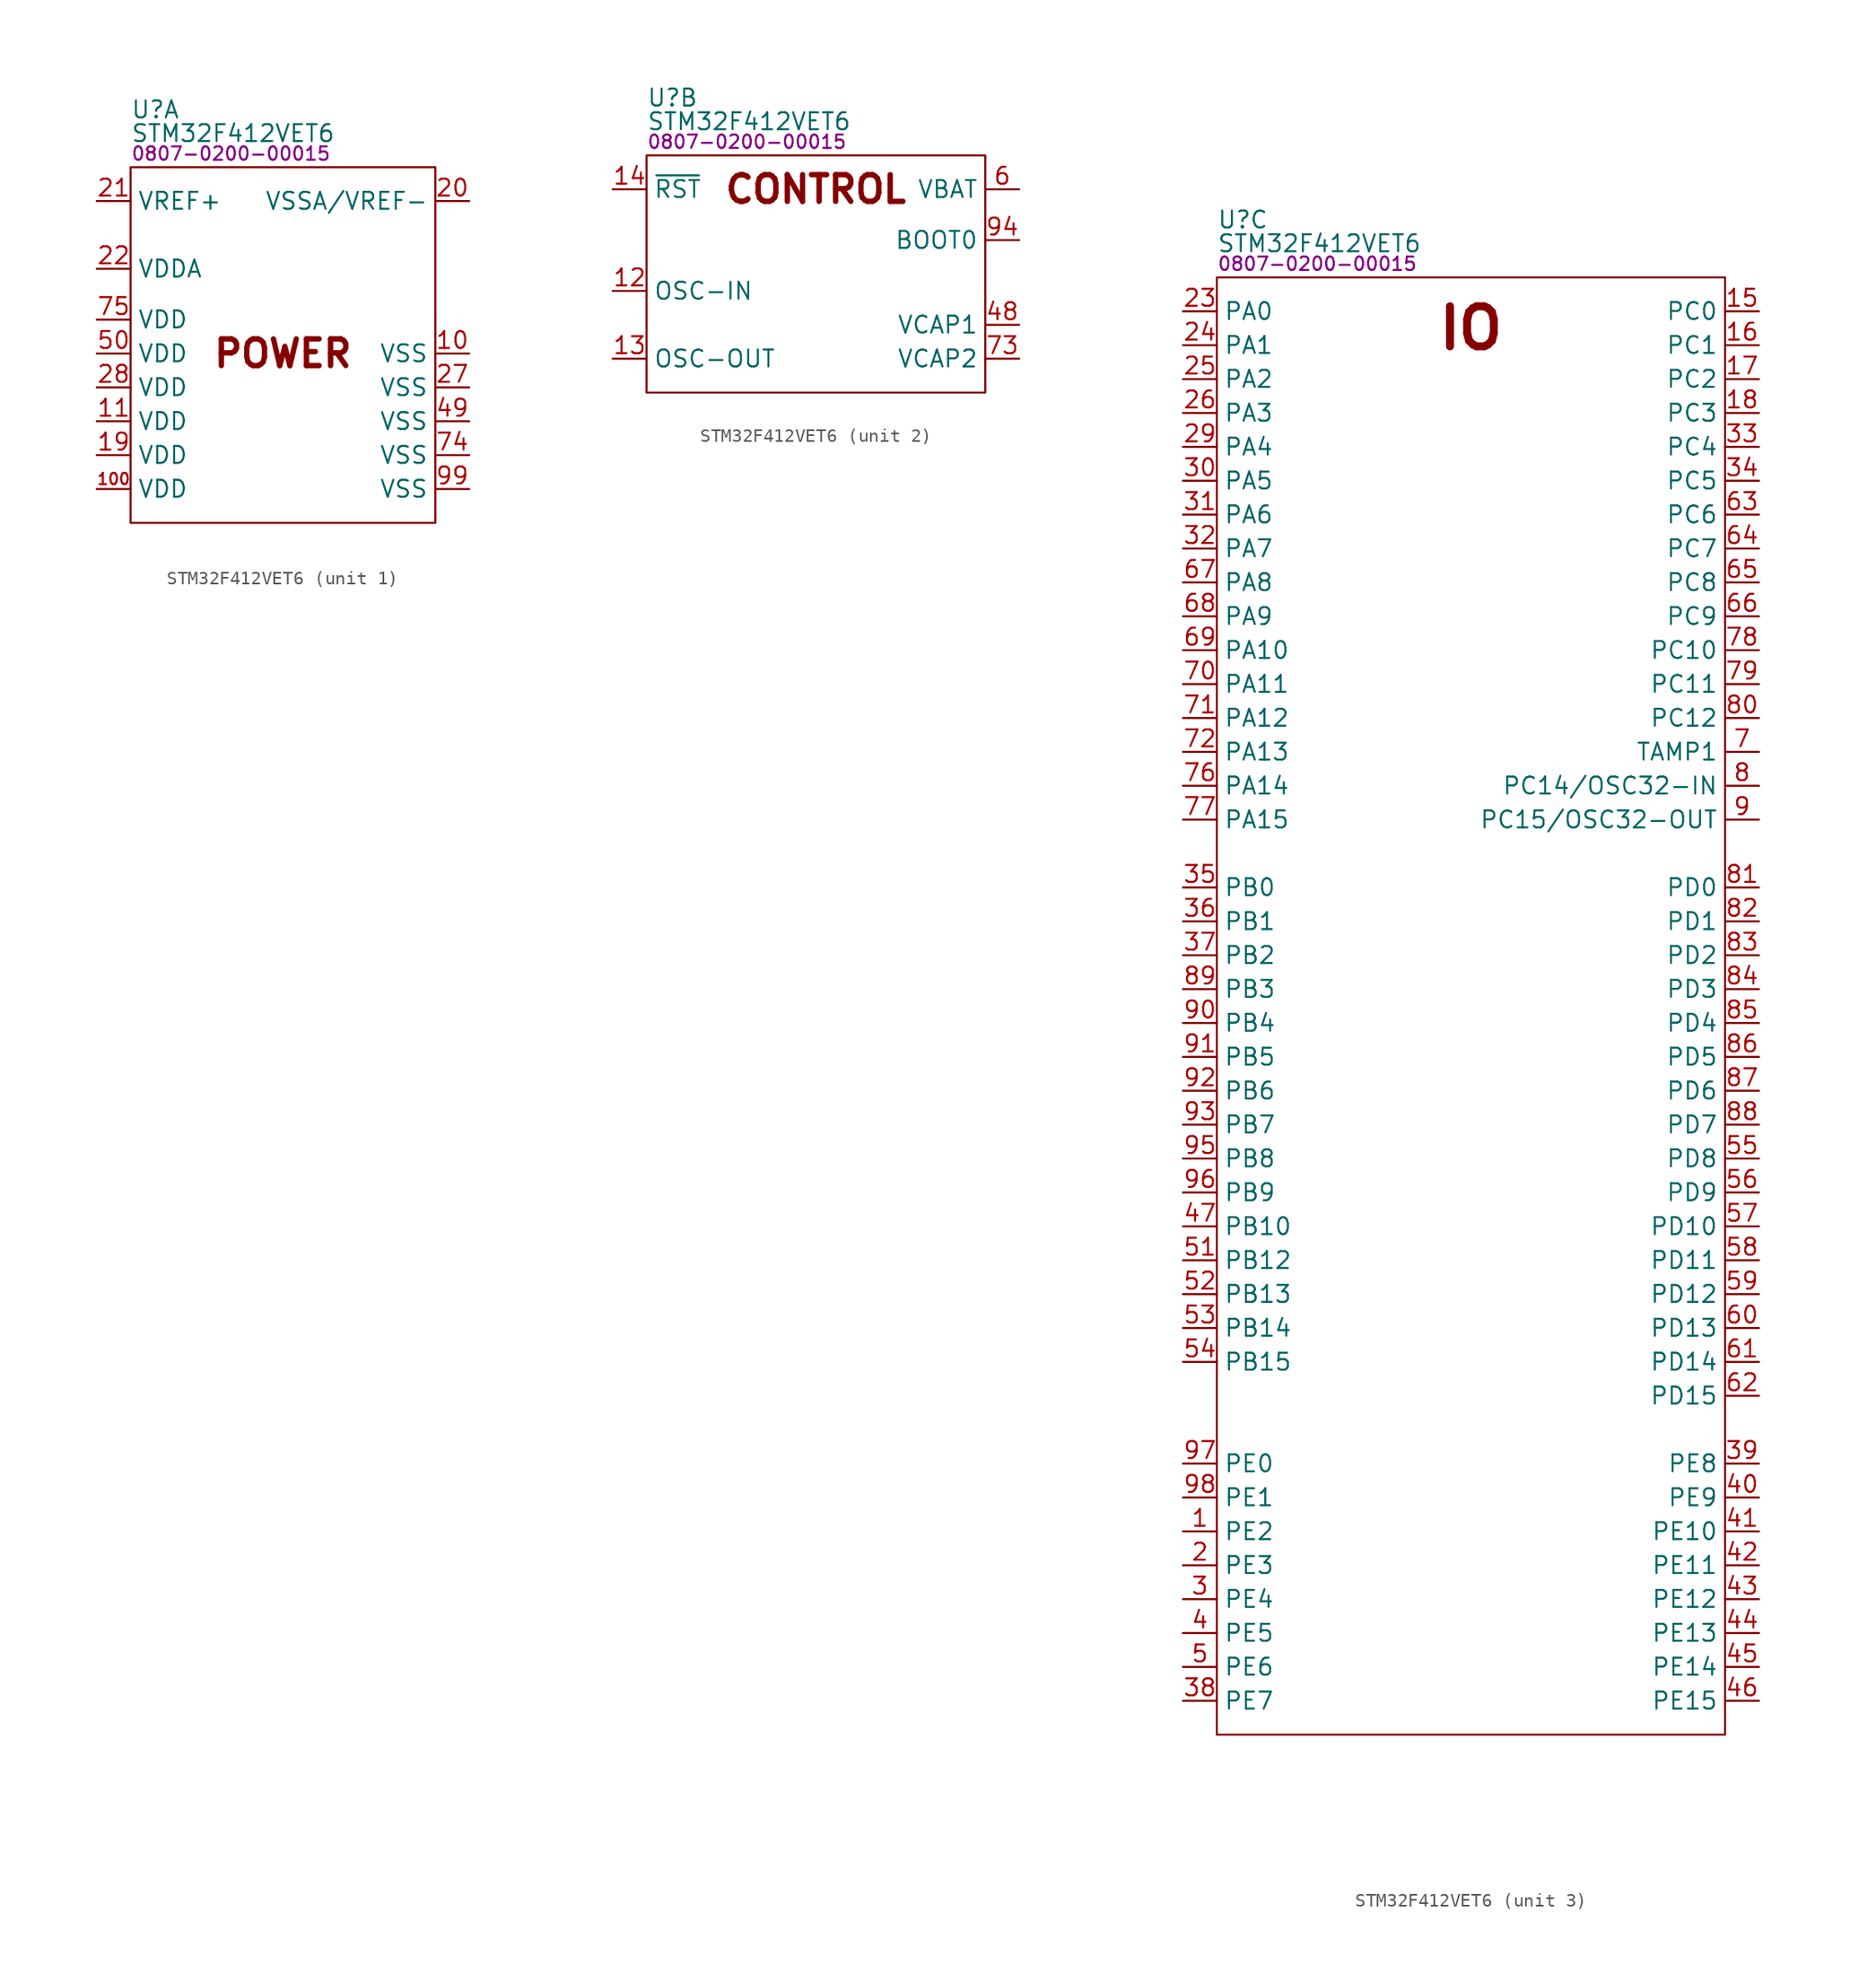
<source format=kicad_sym>
(kicad_symbol_lib
  (version 20231120)
  (generator "kicad_symbol_editor")
  (generator_version "8.0")
  (symbol "STM32F412VET6"
    (property "Reference" "U"
      (at 0 4.318 0)
      (effects (font (size 1.27 1.27)) (justify left)))
    (property "Value" "STM32F412VET6"
      (at 0 2.54 0)
      (effects (font (size 1.27 1.27)) (justify left)))
    (property "PartNumber" "0807-0200-00015"
      (at 0 1.016 0)
      (effects (font (size 1 1)) (justify left)))
    (symbol "STM32F412VET6_1_0"
      (text "POWER" (at 11.43 -13.97 0) (effects (font (size 2 2) (bold yes))))
      (pin power_in line (at 25.4 -13.97 180) (length 2.54) (name "VSS" (effects (font (size 1.27 1.27)))) (number "10" (effects (font (size 1.27 1.27)))))
      (pin power_in line (at -2.54 -24.13 0) (length 2.54) (name "VDD" (effects (font (size 1.27 1.27)))) (number "100" (effects (font (size 0.85 0.85)))))
      (pin power_in line (at -2.54 -19.05 0) (length 2.54) (name "VDD" (effects (font (size 1.27 1.27)))) (number "11" (effects (font (size 1.27 1.27)))))
      (pin power_in line (at -2.54 -21.59 0) (length 2.54) (name "VDD" (effects (font (size 1.27 1.27)))) (number "19" (effects (font (size 1.27 1.27)))))
      (pin input line (at 25.4 -2.54 180) (length 2.54) (name "VSSA/VREF-" (effects (font (size 1.27 1.27)))) (number "20" (effects (font (size 1.27 1.27)))))
      (pin input line (at -2.54 -2.54 0) (length 2.54) (name "VREF+" (effects (font (size 1.27 1.27)))) (number "21" (effects (font (size 1.27 1.27)))))
      (pin power_in line (at -2.54 -7.62 0) (length 2.54) (name "VDDA" (effects (font (size 1.27 1.27)))) (number "22" (effects (font (size 1.27 1.27)))))
      (pin power_in line (at 25.4 -16.51 180) (length 2.54) (name "VSS" (effects (font (size 1.27 1.27)))) (number "27" (effects (font (size 1.27 1.27)))))
      (pin power_in line (at -2.54 -16.51 0) (length 2.54) (name "VDD" (effects (font (size 1.27 1.27)))) (number "28" (effects (font (size 1.27 1.27)))))
      (pin power_in line (at 25.4 -19.05 180) (length 2.54) (name "VSS" (effects (font (size 1.27 1.27)))) (number "49" (effects (font (size 1.27 1.27)))))
      (pin power_in line (at -2.54 -13.97 0) (length 2.54) (name "VDD" (effects (font (size 1.27 1.27)))) (number "50" (effects (font (size 1.27 1.27)))))
      (pin power_in line (at 25.4 -21.59 180) (length 2.54) (name "VSS" (effects (font (size 1.27 1.27)))) (number "74" (effects (font (size 1.27 1.27)))))
      (pin power_in line (at -2.54 -11.43 0) (length 2.54) (name "VDD" (effects (font (size 1.27 1.27)))) (number "75" (effects (font (size 1.27 1.27)))))
      (pin power_in line (at 25.4 -24.13 180) (length 2.54) (name "VSS" (effects (font (size 1.27 1.27)))) (number "99" (effects (font (size 1.27 1.27))))))
    (symbol "STM32F412VET6_1_1"
      (rectangle (start 0 0) (end 22.86 -26.67) (stroke (width 0) (type default)) (fill (type none))))
    (symbol "STM32F412VET6_2_0"
      (text "CONTROL" (at 12.7 -2.54 0) (effects (font (size 2 2) (bold yes))))
      (pin input line (at -2.54 -10.16 0) (length 2.54) (name "OSC-IN" (effects (font (size 1.27 1.27)))) (number "12" (effects (font (size 1.27 1.27)))))
      (pin input line (at -2.54 -15.24 0) (length 2.54) (name "OSC-OUT" (effects (font (size 1.27 1.27)))) (number "13" (effects (font (size 1.27 1.27)))))
      (pin input line (at -2.54 -2.54 0) (length 2.54) (name "~{RST}" (effects (font (size 1.27 1.27)))) (number "14" (effects (font (size 1.27 1.27)))))
      (pin input line (at 27.94 -12.7 180) (length 2.54) (name "VCAP1" (effects (font (size 1.27 1.27)))) (number "48" (effects (font (size 1.27 1.27)))))
      (pin power_in line (at 27.94 -2.54 180) (length 2.54) (name "VBAT" (effects (font (size 1.27 1.27)))) (number "6" (effects (font (size 1.27 1.27)))))
      (pin input line (at 27.94 -15.24 180) (length 2.54) (name "VCAP2" (effects (font (size 1.27 1.27)))) (number "73" (effects (font (size 1.27 1.27)))))
      (pin input line (at 27.94 -6.35 180) (length 2.54) (name "BOOT0" (effects (font (size 1.27 1.27)))) (number "94" (effects (font (size 1.27 1.27))))))
    (symbol "STM32F412VET6_2_1"
      (rectangle (start 0 0) (end 25.4 -17.78) (stroke (width 0) (type default)) (fill (type none))))
    (symbol "STM32F412VET6_3_0"
      (text "IO" (at 19.05 -3.81 0) (effects (font (size 3 3) (bold yes))))
      (pin bidirectional line (at -2.54 -93.98 0) (length 2.54) (name "PE2" (effects (font (size 1.27 1.27)))) (number "1" (effects (font (size 1.27 1.27)))) (alternate "FSMC-A23" bidirectional line) (alternate "I2S4-CK" bidirectional line) (alternate "I2S5-CK" bidirectional line) (alternate "QSPI-BK1-IO2" bidirectional line) (alternate "SPI4-SCK" bidirectional line) (alternate "SPI5-SCK" bidirectional line) (alternate "TRACECLK" bidirectional line))
      (pin bidirectional line (at 40.64 -2.54 180) (length 2.54) (name "PC0" (effects (font (size 1.27 1.27)))) (number "15" (effects (font (size 1.27 1.27)))) (alternate "ADC-10" bidirectional line) (alternate "WKUP2" bidirectional line))
      (pin bidirectional line (at 40.64 -5.08 180) (length 2.54) (name "PC1" (effects (font (size 1.27 1.27)))) (number "16" (effects (font (size 1.27 1.27)))) (alternate "ADC-11" bidirectional line) (alternate "WKUP3" bidirectional line))
      (pin bidirectional line (at 40.64 -7.62 180) (length 2.54) (name "PC2" (effects (font (size 1.27 1.27)))) (number "17" (effects (font (size 1.27 1.27)))) (alternate "ADC-12" bidirectional line) (alternate "DFSDM1-CKOUT" bidirectional line) (alternate "FSMC-NWE" bidirectional line) (alternate "I2C2-SD" bidirectional line) (alternate "SPI2-CIPO" bidirectional line))
      (pin bidirectional line (at 40.64 -10.16 180) (length 2.54) (name "PC3" (effects (font (size 1.27 1.27)))) (number "18" (effects (font (size 1.27 1.27)))) (alternate "ADC-13" bidirectional line) (alternate "FSMC-A0" bidirectional line) (alternate "I2S-SD" bidirectional line) (alternate "SPI2-COPI" bidirectional line))
      (pin bidirectional line (at -2.54 -96.52 0) (length 2.54) (name "PE3" (effects (font (size 1.27 1.27)))) (number "2" (effects (font (size 1.27 1.27)))) (alternate "FSMC-A19" bidirectional line) (alternate "TRACED0" bidirectional line))
      (pin bidirectional line (at -2.54 -2.54 0) (length 2.54) (name "PA0" (effects (font (size 1.27 1.27)))) (number "23" (effects (font (size 1.27 1.27)))) (alternate "ADC-0" bidirectional line) (alternate "TIM2-CH1" bidirectional line) (alternate "TIM2-ETR" bidirectional line) (alternate "TIM5-CH1" bidirectional line) (alternate "TIM8-ETR" bidirectional line) (alternate "USART2-CTS" bidirectional line) (alternate "WKUP1" bidirectional line))
      (pin bidirectional line (at -2.54 -5.08 0) (length 2.54) (name "PA1" (effects (font (size 1.27 1.27)))) (number "24" (effects (font (size 1.27 1.27)))) (alternate "ADC-1" bidirectional line) (alternate "I2S4-SD" bidirectional line) (alternate "QSPI-BK1-IO3" bidirectional line) (alternate "SPI4-COPI" bidirectional line) (alternate "TIM2-CH2" bidirectional line) (alternate "TIM5-CH2" bidirectional line) (alternate "USART2-RTS" bidirectional line))
      (pin bidirectional line (at -2.54 -7.62 0) (length 2.54) (name "PA2" (effects (font (size 1.27 1.27)))) (number "25" (effects (font (size 1.27 1.27)))) (alternate " I2S2-CKIN" bidirectional line) (alternate "ADC-2" bidirectional line) (alternate "FSMC-D4" bidirectional line) (alternate "FSMC-DA4" bidirectional line) (alternate "TIM2-CH3" bidirectional line) (alternate "TIM5-CH3" bidirectional line) (alternate "TIM9-CH1" bidirectional line) (alternate "USART2-TX" bidirectional line))
      (pin bidirectional line (at -2.54 -10.16 0) (length 2.54) (name "PA3" (effects (font (size 1.27 1.27)))) (number "26" (effects (font (size 1.27 1.27)))) (alternate "ADC-3" bidirectional line) (alternate "FSMC-D5" bidirectional line) (alternate "FSMC-DA5" bidirectional line) (alternate "I2S2-MCK" bidirectional line) (alternate "TIM2-CH4" bidirectional line) (alternate "TIM5-CH4" bidirectional line) (alternate "TIM9-CH2" bidirectional line) (alternate "USART2-RX" bidirectional line))
      (pin bidirectional line (at -2.54 -12.7 0) (length 2.54) (name "PA4" (effects (font (size 1.27 1.27)))) (number "29" (effects (font (size 1.27 1.27)))) (alternate "ADC-4" bidirectional line) (alternate "DFSDM1-DATIN1" bidirectional line) (alternate "FSMC-D6" bidirectional line) (alternate "FSMC-DA6" bidirectional line) (alternate "I2S1-WS" bidirectional line) (alternate "I2S3-WS" bidirectional line) (alternate "SPI1-~{SS}" bidirectional line) (alternate "SPI3-~{SS}" bidirectional line) (alternate "USART2-CK" bidirectional line))
      (pin bidirectional line (at -2.54 -99.06 0) (length 2.54) (name "PE4" (effects (font (size 1.27 1.27)))) (number "3" (effects (font (size 1.27 1.27)))) (alternate "DFSDM1-DATIN3" bidirectional line) (alternate "FSMC-A20" bidirectional line) (alternate "I2S4-WS" bidirectional line) (alternate "I2S5-WS" bidirectional line) (alternate "SPI4-~{SS}" bidirectional line) (alternate "SPI5-~{SS}" bidirectional line) (alternate "TRACED1" bidirectional line))
      (pin bidirectional line (at -2.54 -15.24 0) (length 2.54) (name "PA5" (effects (font (size 1.27 1.27)))) (number "30" (effects (font (size 1.27 1.27)))) (alternate "ADC-5" bidirectional line) (alternate "DFSDM1-CKIN1" bidirectional line) (alternate "FSMC-D7" bidirectional line) (alternate "FSMC-DA7" bidirectional line) (alternate "I2S1-CK" bidirectional line) (alternate "SPI1-SCK" bidirectional line) (alternate "TIM2-CH1" bidirectional line) (alternate "TIM2-ETR" bidirectional line) (alternate "TIM8-~{CH1}" bidirectional line))
      (pin bidirectional line (at -2.54 -17.78 0) (length 2.54) (name "PA6" (effects (font (size 1.27 1.27)))) (number "31" (effects (font (size 1.27 1.27)))) (alternate "ADC-6" bidirectional line) (alternate "I2S2-MCK" bidirectional line) (alternate "QSPI-BK2-IO0" bidirectional line) (alternate "SDIO-CMD" bidirectional line) (alternate "SPI1-CIPO" bidirectional line) (alternate "TIM1-BKIN" bidirectional line) (alternate "TIM13-CH1" bidirectional line) (alternate "TIM3-CH1" bidirectional line) (alternate "TIM8-BKIN" bidirectional line))
      (pin bidirectional line (at -2.54 -20.32 0) (length 2.54) (name "PA7" (effects (font (size 1.27 1.27)))) (number "32" (effects (font (size 1.27 1.27)))) (alternate "ADC-7" bidirectional line) (alternate "I2S1-SD" bidirectional line) (alternate "QSPI-BK2-IO1" bidirectional line) (alternate "SPI1-COPI" bidirectional line) (alternate "TIM1-~{CH1}" bidirectional line) (alternate "TIM14-CH1" bidirectional line) (alternate "TIM3-CH2" bidirectional line) (alternate "TIM8-~{CH1}" bidirectional line))
      (pin bidirectional line (at 40.64 -12.7 180) (length 2.54) (name "PC4" (effects (font (size 1.27 1.27)))) (number "33" (effects (font (size 1.27 1.27)))) (alternate "ADC1-14" bidirectional line) (alternate "FSMC-~{E4}" bidirectional line) (alternate "I2S1-MCK" bidirectional line) (alternate "QSPI-BK2-IO2" bidirectional line))
      (pin bidirectional line (at 40.64 -15.24 180) (length 2.54) (name "PC5" (effects (font (size 1.27 1.27)))) (number "34" (effects (font (size 1.27 1.27)))) (alternate "ADC1-15" bidirectional line) (alternate "FSMC-~{OE}" bidirectional line) (alternate "I2CFMP1-SMBA" bidirectional line) (alternate "QSPI-BK2-IO3" bidirectional line) (alternate "USART3-RX" bidirectional line))
      (pin bidirectional line (at -2.54 -45.72 0) (length 2.54) (name "PB0" (effects (font (size 1.27 1.27)))) (number "35" (effects (font (size 1.27 1.27)))) (alternate "ADC-8" bidirectional line) (alternate "I2S5-CK" bidirectional line) (alternate "SPI5-SCK" bidirectional line) (alternate "TIM1-CH2-" bidirectional line) (alternate "TIM3-CH3" bidirectional line) (alternate "TIM8-CH2-" bidirectional line))
      (pin bidirectional line (at -2.54 -48.26 0) (length 2.54) (name "PB1" (effects (font (size 1.27 1.27)))) (number "36" (effects (font (size 1.27 1.27)))) (alternate "ADC-9" bidirectional line) (alternate "DFSDM1-DATIN0" bidirectional line) (alternate "I2S5-WS" bidirectional line) (alternate "QSPI-CLK" bidirectional line) (alternate "SPI5-~{SS}" bidirectional line) (alternate "TIM1-CH3-" bidirectional line) (alternate "TIM3-CH4" bidirectional line) (alternate "TIM8-CH3-" bidirectional line))
      (pin bidirectional line (at -2.54 -50.8 0) (length 2.54) (name "PB2" (effects (font (size 1.27 1.27)))) (number "37" (effects (font (size 1.27 1.27)))) (alternate "BOOT1" bidirectional line) (alternate "DFSDM1-CKIN0" bidirectional line) (alternate "QSPI-CLK" bidirectional line))
      (pin bidirectional line (at -2.54 -106.68 0) (length 2.54) (name "PE7" (effects (font (size 1.27 1.27)))) (number "38" (effects (font (size 1.27 1.27)))) (alternate "DFSDM1-DATIN2" bidirectional line) (alternate "FSMC-D4" bidirectional line) (alternate "FSMC-DA4" bidirectional line) (alternate "QSPI-BK2-IO0" bidirectional line) (alternate "TIM1-ETR" bidirectional line))
      (pin bidirectional line (at 40.64 -88.9 180) (length 2.54) (name "PE8" (effects (font (size 1.27 1.27)))) (number "39" (effects (font (size 1.27 1.27)))) (alternate "DFSDM1-CKIN2" bidirectional line) (alternate "FSMC-D5" bidirectional line) (alternate "FSMC-DA5" bidirectional line) (alternate "QSPI-BK2-IO1" bidirectional line) (alternate "TIM1-CH1-" bidirectional line))
      (pin bidirectional line (at -2.54 -101.6 0) (length 2.54) (name "PE5" (effects (font (size 1.27 1.27)))) (number "4" (effects (font (size 1.27 1.27)))) (alternate "DFSDM1-CKIN3" bidirectional line) (alternate "FSMC-A21" bidirectional line) (alternate "SPI4-CIPO" bidirectional line) (alternate "SPI5-CIPO" bidirectional line) (alternate "TIM9-CH1" bidirectional line) (alternate "TRACED2" bidirectional line))
      (pin bidirectional line (at 40.64 -91.44 180) (length 2.54) (name "PE9" (effects (font (size 1.27 1.27)))) (number "40" (effects (font (size 1.27 1.27)))) (alternate "DFSDM1-CKOUT" bidirectional line) (alternate "FSMC-D6" bidirectional line) (alternate "FSMC-DA6" bidirectional line) (alternate "QSPI-BK2-IO2" bidirectional line) (alternate "TIM1-CH1" bidirectional line))
      (pin bidirectional line (at 40.64 -93.98 180) (length 2.54) (name "PE10" (effects (font (size 1.27 1.27)))) (number "41" (effects (font (size 1.27 1.27)))) (alternate "FSMC-D7" bidirectional line) (alternate "FSMC-DA7" bidirectional line) (alternate "QSPI-BK2-IO3" bidirectional line) (alternate "TIM1-CH2-" bidirectional line))
      (pin bidirectional line (at 40.64 -96.52 180) (length 2.54) (name "PE11" (effects (font (size 1.27 1.27)))) (number "42" (effects (font (size 1.27 1.27)))) (alternate "FSMC-D8" bidirectional line) (alternate "FSMC-DA8" bidirectional line) (alternate "I2S4-WS" bidirectional line) (alternate "I2S5-WS" bidirectional line) (alternate "SPI4-~{SS}" bidirectional line) (alternate "SPI5-~{SS}" bidirectional line) (alternate "TIM1_CH2" bidirectional line))
      (pin bidirectional line (at 40.64 -99.06 180) (length 2.54) (name "PE12" (effects (font (size 1.27 1.27)))) (number "43" (effects (font (size 1.27 1.27)))) (alternate "FSMC-D9" bidirectional line) (alternate "FSMC-DA9" bidirectional line) (alternate "I2S4-CK" bidirectional line) (alternate "I2S5-CK" bidirectional line) (alternate "SPI4-SCK" bidirectional line) (alternate "SPI5-SCK" bidirectional line) (alternate "TIM1-CH3-" bidirectional line))
      (pin bidirectional line (at 40.64 -101.6 180) (length 2.54) (name "PE13" (effects (font (size 1.27 1.27)))) (number "44" (effects (font (size 1.27 1.27)))) (alternate "FSMC-D10" bidirectional line) (alternate "FSMC-DA10" bidirectional line) (alternate "SPI4-CIPO" bidirectional line) (alternate "SPI5-CIPO" bidirectional line) (alternate "TIM1-CH3" bidirectional line))
      (pin bidirectional line (at 40.64 -104.14 180) (length 2.54) (name "PE14" (effects (font (size 1.27 1.27)))) (number "45" (effects (font (size 1.27 1.27)))) (alternate "FSMC-D11" bidirectional line) (alternate "FSMC-DA11" bidirectional line) (alternate "I2S4-SD" bidirectional line) (alternate "I2S5-SD" bidirectional line) (alternate "SPI4-COPI" bidirectional line) (alternate "SPI5-COPI" bidirectional line) (alternate "TIM1-CH4" bidirectional line))
      (pin bidirectional line (at 40.64 -106.68 180) (length 2.54) (name "PE15" (effects (font (size 1.27 1.27)))) (number "46" (effects (font (size 1.27 1.27)))) (alternate "FSMC-D12" bidirectional line) (alternate "FSMC-DA12" bidirectional line) (alternate "TIM1-BKIN" bidirectional line))
      (pin bidirectional line (at -2.54 -71.12 0) (length 2.54) (name "PB10" (effects (font (size 1.27 1.27)))) (number "47" (effects (font (size 1.27 1.27)))) (alternate " I2C2-SCL" bidirectional line) (alternate "I2CFMP1-SCL" bidirectional line) (alternate "I2S2-CK" bidirectional line) (alternate "I2S3-MCK" bidirectional line) (alternate "SDIO-D7" bidirectional line) (alternate "SPI2-SCK" bidirectional line) (alternate "TIM2-CH3" bidirectional line) (alternate "USART3-TX" bidirectional line))
      (pin bidirectional line (at -2.54 -104.14 0) (length 2.54) (name "PE6" (effects (font (size 1.27 1.27)))) (number "5" (effects (font (size 1.27 1.27)))) (alternate "FSMC-A22" bidirectional line) (alternate "I2S4-SD" bidirectional line) (alternate "I2S5-SD" bidirectional line) (alternate "SPI4-COPI" bidirectional line) (alternate "SPI5-COPI" bidirectional line) (alternate "TIM9-CH2" bidirectional line) (alternate "TRACED3" bidirectional line))
      (pin bidirectional line (at -2.54 -73.66 0) (length 2.54) (name "PB12" (effects (font (size 1.27 1.27)))) (number "51" (effects (font (size 1.27 1.27)))) (alternate "CAN2-RX" bidirectional line) (alternate "DFSDM1-DATIN1" bidirectional line) (alternate "FSMC-D13" bidirectional line) (alternate "FSMC-DA13" bidirectional line) (alternate "I2C2-SMBA" bidirectional line) (alternate "I2S2-WS" bidirectional line) (alternate "I2S3-CK" bidirectional line) (alternate "I2S4-WS" bidirectional line) (alternate "SPI2-~{SS}" bidirectional line) (alternate "SPI3-SCK" bidirectional line) (alternate "SPI4-~{SS}" bidirectional line) (alternate "TIM1-BKIN" bidirectional line) (alternate "USART3-CK" bidirectional line))
      (pin bidirectional line (at -2.54 -76.2 0) (length 2.54) (name "PB13" (effects (font (size 1.27 1.27)))) (number "52" (effects (font (size 1.27 1.27)))) (alternate "CAN2-TX" bidirectional line) (alternate "DFSDM1-CKIN1" bidirectional line) (alternate "I2CFMP1-SMBA" bidirectional line) (alternate "I2S2-CK" bidirectional line) (alternate "I2S4-CK" bidirectional line) (alternate "SPI2-SCK" bidirectional line) (alternate "SPI4-SCK" bidirectional line) (alternate "TIM1-CH1-" bidirectional line) (alternate "USART3-CTS" bidirectional line))
      (pin bidirectional line (at -2.54 -78.74 0) (length 2.54) (name "PB14" (effects (font (size 1.27 1.27)))) (number "53" (effects (font (size 1.27 1.27)))) (alternate "DFSDM1-DATIN2" bidirectional line) (alternate "FSMC-D0" bidirectional line) (alternate "FSMC-DA0" bidirectional line) (alternate "I2CFMP1-SDA" bidirectional line) (alternate "I2S2ext-SD" bidirectional line) (alternate "SDIO-D6" bidirectional line) (alternate "SPI2-MISO" bidirectional line) (alternate "TIM1-CH2-" bidirectional line) (alternate "TIM12-CH1" bidirectional line) (alternate "TIM8-CH2-" bidirectional line) (alternate "USART3-RTS" bidirectional line))
      (pin bidirectional line (at -2.54 -81.28 0) (length 2.54) (name "PB15" (effects (font (size 1.27 1.27)))) (number "54" (effects (font (size 1.27 1.27)))) (alternate "DFSDM1-CKIN2" bidirectional line) (alternate "I2CFMP1-SCL" bidirectional line) (alternate "I2S2-SD" bidirectional line) (alternate "RTC-50Hz" bidirectional line) (alternate "SDIO-CK" bidirectional line) (alternate "SPI2-COPI" bidirectional line) (alternate "TIM1-CH3-" bidirectional line) (alternate "TIM12-CH2" bidirectional line) (alternate "TIM8-CH3-" bidirectional line))
      (pin bidirectional line (at 40.64 -66.04 180) (length 2.54) (name "PD8" (effects (font (size 1.27 1.27)))) (number "55" (effects (font (size 1.27 1.27)))) (alternate "FSMC-D13" bidirectional line) (alternate "FSMC-DA13" bidirectional line) (alternate "USART3-TX" bidirectional line))
      (pin bidirectional line (at 40.64 -68.58 180) (length 2.54) (name "PD9" (effects (font (size 1.27 1.27)))) (number "56" (effects (font (size 1.27 1.27)))) (alternate "FSMC-D14" bidirectional line) (alternate "FSMC-DA14" bidirectional line) (alternate "USART3-RX" bidirectional line))
      (pin bidirectional line (at 40.64 -71.12 180) (length 2.54) (name "PD10" (effects (font (size 1.27 1.27)))) (number "57" (effects (font (size 1.27 1.27)))) (alternate "FSMC-D15" bidirectional line) (alternate "FSMC-DA1" bidirectional line) (alternate "USART3-CK" bidirectional line))
      (pin bidirectional line (at 40.64 -73.66 180) (length 2.54) (name "PD11" (effects (font (size 1.27 1.27)))) (number "58" (effects (font (size 1.27 1.27)))) (alternate "FSMC-A16" bidirectional line) (alternate "I2CFMP1-SMBA" bidirectional line) (alternate "QSPI-BK1-IO0" bidirectional line) (alternate "USART3-CTS" bidirectional line))
      (pin bidirectional line (at 40.64 -76.2 180) (length 2.54) (name "PD12" (effects (font (size 1.27 1.27)))) (number "59" (effects (font (size 1.27 1.27)))) (alternate "FSMC-A17" bidirectional line) (alternate "I2CFMP1-SCL" bidirectional line) (alternate "QSPI-BK1-IO1" bidirectional line) (alternate "TIM4-CH1" bidirectional line) (alternate "USART3-RTS" bidirectional line))
      (pin bidirectional line (at 40.64 -78.74 180) (length 2.54) (name "PD13" (effects (font (size 1.27 1.27)))) (number "60" (effects (font (size 1.27 1.27)))) (alternate "FSMC-A18" bidirectional line) (alternate "I2CFMP1-SDA" bidirectional line) (alternate "QSPI-BK1-IO3" bidirectional line) (alternate "TIM4-CH2" bidirectional line))
      (pin bidirectional line (at 40.64 -81.28 180) (length 2.54) (name "PD14" (effects (font (size 1.27 1.27)))) (number "61" (effects (font (size 1.27 1.27)))) (alternate "FSMC-D0" bidirectional line) (alternate "FSMC-DA0" bidirectional line) (alternate "I2CFMP1-SCL" bidirectional line) (alternate "TIM4-CH3" bidirectional line))
      (pin bidirectional line (at 40.64 -83.82 180) (length 2.54) (name "PD15" (effects (font (size 1.27 1.27)))) (number "62" (effects (font (size 1.27 1.27)))) (alternate "FSMC-D1" bidirectional line) (alternate "FSMC-DA1" bidirectional line) (alternate "I2CFMP1-SDA" bidirectional line) (alternate "TIM4-CH4" bidirectional line))
      (pin bidirectional line (at 40.64 -17.78 180) (length 2.54) (name "PC6" (effects (font (size 1.27 1.27)))) (number "63" (effects (font (size 1.27 1.27)))) (alternate "DFSDM1-CKIN3," bidirectional line) (alternate "FSMC-D1" bidirectional line) (alternate "FSMC-DA1" bidirectional line) (alternate "I2CFMP1-SCL" bidirectional line) (alternate "I2S2-MCK" bidirectional line) (alternate "SDIO-D6" bidirectional line) (alternate "TIM3-CH1" bidirectional line) (alternate "TIM8-CH1" bidirectional line) (alternate "USART6-TX" bidirectional line))
      (pin bidirectional line (at 40.64 -20.32 180) (length 2.54) (name "PC7" (effects (font (size 1.27 1.27)))) (number "64" (effects (font (size 1.27 1.27)))) (alternate "DFSDM1-DATIN3" bidirectional line) (alternate "I2CFMP1-SDA" bidirectional line) (alternate "I2S2-CK" bidirectional line) (alternate "I2S3-MCK" bidirectional line) (alternate "SDIO-D7" bidirectional line) (alternate "SPI2-SCK" bidirectional line) (alternate "TIM3-CH2" bidirectional line) (alternate "TIM8-CH2" bidirectional line) (alternate "USART6-RX" bidirectional line))
      (pin bidirectional line (at 40.64 -22.86 180) (length 2.54) (name "PC8" (effects (font (size 1.27 1.27)))) (number "65" (effects (font (size 1.27 1.27)))) (alternate "QSPI-BK1-IO2" bidirectional line) (alternate "SDIO-D0" bidirectional line) (alternate "TIM3-CH3" bidirectional line) (alternate "TIM8-CH3" bidirectional line) (alternate "USART6-CK" bidirectional line))
      (pin bidirectional line (at 40.64 -25.4 180) (length 2.54) (name "PC9" (effects (font (size 1.27 1.27)))) (number "66" (effects (font (size 1.27 1.27)))) (alternate " I2C3-SDA" bidirectional line) (alternate "I2S2-CKIN" bidirectional line) (alternate "MCO2" bidirectional line) (alternate "QSPI-BK1-IO0" bidirectional line) (alternate "SDIO-D1" bidirectional line) (alternate "TIM3-CH4" bidirectional line) (alternate "TIM8-CH4" bidirectional line))
      (pin bidirectional line (at -2.54 -22.86 0) (length 2.54) (name "PA8" (effects (font (size 1.27 1.27)))) (number "67" (effects (font (size 1.27 1.27)))) (alternate "I2C3-SCL" bidirectional line) (alternate "MCO1" bidirectional line) (alternate "SDIO-D1" bidirectional line) (alternate "TIM1-CH1" bidirectional line) (alternate "USART1-CK" bidirectional line) (alternate "USB-FS-SOF" bidirectional line))
      (pin bidirectional line (at -2.54 -25.4 0) (length 2.54) (name "PA9" (effects (font (size 1.27 1.27)))) (number "68" (effects (font (size 1.27 1.27)))) (alternate "I2C3-SMBA" bidirectional line) (alternate "SDIO-D2" bidirectional line) (alternate "TIM1-CH2" bidirectional line) (alternate "USART1-TX" bidirectional line) (alternate "USB-FS-VBUS" bidirectional line))
      (pin bidirectional line (at -2.54 -27.94 0) (length 2.54) (name "PA10" (effects (font (size 1.27 1.27)))) (number "69" (effects (font (size 1.27 1.27)))) (alternate "I2S5-SD" bidirectional line) (alternate "SPI5-COPI" bidirectional line) (alternate "TIM1-CH3" bidirectional line) (alternate "USART1-RX" bidirectional line) (alternate "USB-FS-ID" bidirectional line))
      (pin output line (at 40.64 -35.56 180) (length 2.54) (name "TAMP1" (effects (font (size 1.27 1.27)))) (number "7" (effects (font (size 1.27 1.27)))) (alternate "PC13" bidirectional line))
      (pin bidirectional line (at -2.54 -30.48 0) (length 2.54) (name "PA11" (effects (font (size 1.27 1.27)))) (number "70" (effects (font (size 1.27 1.27)))) (alternate "CAN1-RX" bidirectional line) (alternate "SPI4-CIPO" bidirectional line) (alternate "TIM1-CH4" bidirectional line) (alternate "USART1-CTS" bidirectional line) (alternate "USART6-TX" bidirectional line) (alternate "USB-FS-D-" bidirectional line))
      (pin bidirectional line (at -2.54 -33.02 0) (length 2.54) (name "PA12" (effects (font (size 1.27 1.27)))) (number "71" (effects (font (size 1.27 1.27)))) (alternate "CAN1-TX" bidirectional line) (alternate "SPI5-CIPO" bidirectional line) (alternate "TIM1-ETR" bidirectional line) (alternate "USART1-RTS" bidirectional line) (alternate "USART6-RX" bidirectional line) (alternate "USB-FS-D+" bidirectional line))
      (pin bidirectional line (at -2.54 -35.56 0) (length 2.54) (name "PA13" (effects (font (size 1.27 1.27)))) (number "72" (effects (font (size 1.27 1.27)))) (alternate "JTMS" bidirectional line) (alternate "JTMS-SWDIO" bidirectional line) (alternate "SWDIO" bidirectional line))
      (pin bidirectional line (at -2.54 -38.1 0) (length 2.54) (name "PA14" (effects (font (size 1.27 1.27)))) (number "76" (effects (font (size 1.27 1.27)))) (alternate "JTCK" bidirectional line) (alternate "JTCK-SWCLK" bidirectional line) (alternate "SWCLK" bidirectional line))
      (pin bidirectional line (at -2.54 -40.64 0) (length 2.54) (name "PA15" (effects (font (size 1.27 1.27)))) (number "77" (effects (font (size 1.27 1.27)))) (alternate "I2S1-WS" bidirectional line) (alternate "I2S3-WS" bidirectional line) (alternate "JTDI" bidirectional line) (alternate "SPI1-~{SS}" bidirectional line) (alternate "SPI3-~{SS}" bidirectional line) (alternate "TIM2-CH1" bidirectional line) (alternate "TIM2-ETR" bidirectional line) (alternate "USART1-TX" bidirectional line))
      (pin bidirectional line (at 40.64 -27.94 180) (length 2.54) (name "PC10" (effects (font (size 1.27 1.27)))) (number "78" (effects (font (size 1.27 1.27)))) (alternate "I2S3-CK" bidirectional line) (alternate "QSPI-BK1-IO1" bidirectional line) (alternate "SDIO-D2" bidirectional line) (alternate "SPI3-SCK" bidirectional line) (alternate "USART3-TX" bidirectional line))
      (pin bidirectional line (at 40.64 -30.48 180) (length 2.54) (name "PC11" (effects (font (size 1.27 1.27)))) (number "79" (effects (font (size 1.27 1.27)))) (alternate "FSMC-D2" bidirectional line) (alternate "FSMC-DA2" bidirectional line) (alternate "I2S3ext-SD" bidirectional line) (alternate "QSPI-BK2-~{CS}" bidirectional line) (alternate "SDIO-D3" bidirectional line) (alternate "SPI3-CIPO" bidirectional line) (alternate "USART3-RX" bidirectional line))
      (pin bidirectional line (at 40.64 -38.1 180) (length 2.54) (name "PC14/OSC32-IN" (effects (font (size 1.27 1.27)))) (number "8" (effects (font (size 1.27 1.27)))) (alternate "OSC32-IN" input line) (alternate "PC14" bidirectional line))
      (pin bidirectional line (at 40.64 -33.02 180) (length 2.54) (name "PC12" (effects (font (size 1.27 1.27)))) (number "80" (effects (font (size 1.27 1.27)))) (alternate "FSMC-D3" bidirectional line) (alternate "FSMC-DA3" bidirectional line) (alternate "I2S3-SD" bidirectional line) (alternate "SDIO-CK" bidirectional line) (alternate "SPI3-COPI" bidirectional line) (alternate "USART3-CK" bidirectional line))
      (pin bidirectional line (at 40.64 -45.72 180) (length 2.54) (name "PD0" (effects (font (size 1.27 1.27)))) (number "81" (effects (font (size 1.27 1.27)))) (alternate "CAN1-RX" bidirectional line) (alternate "FSMC-D2" bidirectional line) (alternate "FSMC-DA2" bidirectional line))
      (pin bidirectional line (at 40.64 -48.26 180) (length 2.54) (name "PD1" (effects (font (size 1.27 1.27)))) (number "82" (effects (font (size 1.27 1.27)))) (alternate "CAN1-TX" bidirectional line) (alternate "FSMC-D3" bidirectional line) (alternate "FSMC-DA3" bidirectional line))
      (pin bidirectional line (at 40.64 -50.8 180) (length 2.54) (name "PD2" (effects (font (size 1.27 1.27)))) (number "83" (effects (font (size 1.27 1.27)))) (alternate "FSMC-~{WE}" bidirectional line) (alternate "SDIO-CMD" bidirectional line) (alternate "TIM3-ETR" bidirectional line))
      (pin bidirectional line (at 40.64 -53.34 180) (length 2.54) (name "PD3" (effects (font (size 1.27 1.27)))) (number "84" (effects (font (size 1.27 1.27)))) (alternate "DFSDM1-DATIN0" bidirectional line) (alternate "FSMC-CLK" bidirectional line) (alternate "I2S2-CK" bidirectional line) (alternate "QSPI-CLK" bidirectional line) (alternate "SPI2-SCK" bidirectional line) (alternate "TRACED1" bidirectional line) (alternate "USART2-CTS" bidirectional line))
      (pin bidirectional line (at 40.64 -55.88 180) (length 2.54) (name "PD4" (effects (font (size 1.27 1.27)))) (number "85" (effects (font (size 1.27 1.27)))) (alternate "DFSDM1-CKIN0" bidirectional line) (alternate "FSMC-~{OE}" bidirectional line) (alternate "USART2-RTS" bidirectional line))
      (pin bidirectional line (at 40.64 -58.42 180) (length 2.54) (name "PD5" (effects (font (size 1.27 1.27)))) (number "86" (effects (font (size 1.27 1.27)))) (alternate "FSMC-~{WE}" bidirectional line) (alternate "USART2-TX" bidirectional line))
      (pin bidirectional line (at 40.64 -60.96 180) (length 2.54) (name "PD6" (effects (font (size 1.27 1.27)))) (number "87" (effects (font (size 1.27 1.27)))) (alternate "DFSDM1-DATIN1" bidirectional line) (alternate "FSMC-~{WAIT}" bidirectional line) (alternate "I2S3-SD" bidirectional line) (alternate "SPI3-COPI" bidirectional line) (alternate "USART2-RX" bidirectional line))
      (pin bidirectional line (at 40.64 -63.5 180) (length 2.54) (name "PD7" (effects (font (size 1.27 1.27)))) (number "88" (effects (font (size 1.27 1.27)))) (alternate "DFSDM1-CKIN1" bidirectional line) (alternate "FSMC-~{E1}" bidirectional line) (alternate "USART2-CK" bidirectional line))
      (pin bidirectional line (at -2.54 -53.34 0) (length 2.54) (name "PB3" (effects (font (size 1.27 1.27)))) (number "89" (effects (font (size 1.27 1.27)))) (alternate "I2C2-SDA" bidirectional line) (alternate "I2CFMP1-SDA" bidirectional line) (alternate "I2S1-CK" bidirectional line) (alternate "I2S3-CK" bidirectional line) (alternate "JTDO" bidirectional line) (alternate "JTDO-SWO" bidirectional line) (alternate "SPI1-SCK" bidirectional line) (alternate "SPI3-SCK" bidirectional line) (alternate "SWO" bidirectional line) (alternate "TIM2-CH2" bidirectional line) (alternate "USART1-RX" bidirectional line))
      (pin bidirectional line (at 40.64 -40.64 180) (length 2.54) (name "PC15/OSC32-OUT" (effects (font (size 1.27 1.27)))) (number "9" (effects (font (size 1.27 1.27)))) (alternate "OSC32-OUT" input line) (alternate "PC15" bidirectional line))
      (pin bidirectional line (at -2.54 -55.88 0) (length 2.54) (name "PB4" (effects (font (size 1.27 1.27)))) (number "90" (effects (font (size 1.27 1.27)))) (alternate "I2C3-SDA" bidirectional line) (alternate "I2S3ext-SD" bidirectional line) (alternate "JTRST" bidirectional line) (alternate "SDIO-D0" bidirectional line) (alternate "SPI1-CIPO" bidirectional line) (alternate "SPI3-CIPO" bidirectional line) (alternate "TIM3-CH1" bidirectional line))
      (pin bidirectional line (at -2.54 -58.42 0) (length 2.54) (name "PB5" (effects (font (size 1.27 1.27)))) (number "91" (effects (font (size 1.27 1.27)))) (alternate "CAN2-RX" bidirectional line) (alternate "I2C1-SMBA" bidirectional line) (alternate "I2S1-SD" bidirectional line) (alternate "I2S3-SD" bidirectional line) (alternate "SDIO-D3" bidirectional line) (alternate "SPI1-COPI" bidirectional line) (alternate "SPI3-COPI" bidirectional line) (alternate "TIM3-CH2" bidirectional line))
      (pin bidirectional line (at -2.54 -60.96 0) (length 2.54) (name "PB6" (effects (font (size 1.27 1.27)))) (number "92" (effects (font (size 1.27 1.27)))) (alternate "CAN2-TX" bidirectional line) (alternate "I2C1-SCL" bidirectional line) (alternate "QSPI-BK1-~{CS}" bidirectional line) (alternate "SDIO-D0" bidirectional line) (alternate "TIM4-CH1" bidirectional line) (alternate "USART1-TX" bidirectional line))
      (pin bidirectional line (at -2.54 -63.5 0) (length 2.54) (name "PB7" (effects (font (size 1.27 1.27)))) (number "93" (effects (font (size 1.27 1.27)))) (alternate "FSMC-~{L}" bidirectional line) (alternate "I2C1-SDA" bidirectional line) (alternate "TIM4-CH2" bidirectional line) (alternate "USART1-RX" bidirectional line))
      (pin bidirectional line (at -2.54 -66.04 0) (length 2.54) (name "PB8" (effects (font (size 1.27 1.27)))) (number "95" (effects (font (size 1.27 1.27)))) (alternate "CAN1-RX" bidirectional line) (alternate "I2C1-SCL" bidirectional line) (alternate "I2C3-SDA" bidirectional line) (alternate "I2S5-SD" bidirectional line) (alternate "SDIO-D4" bidirectional line) (alternate "SPI5-COPI" bidirectional line) (alternate "TIM10-CH1" bidirectional line) (alternate "TIM4-CH3" bidirectional line))
      (pin bidirectional line (at -2.54 -68.58 0) (length 2.54) (name "PB9" (effects (font (size 1.27 1.27)))) (number "96" (effects (font (size 1.27 1.27)))) (alternate "CAN1-TX" bidirectional line) (alternate "I2C1-SDA" bidirectional line) (alternate "I2C2-SDA" bidirectional line) (alternate "I2S2-WS" bidirectional line) (alternate "SDIO-D5" bidirectional line) (alternate "SPI2-~{SS}" bidirectional line) (alternate "TIM11-CH1" bidirectional line) (alternate "TIM4-CH4" bidirectional line))
      (pin bidirectional line (at -2.54 -88.9 0) (length 2.54) (name "PE0" (effects (font (size 1.27 1.27)))) (number "97" (effects (font (size 1.27 1.27)))) (alternate "FSMC-~{BL0}" bidirectional line) (alternate "TIM4-ETR" bidirectional line))
      (pin bidirectional line (at -2.54 -91.44 0) (length 2.54) (name "PE1" (effects (font (size 1.27 1.27)))) (number "98" (effects (font (size 1.27 1.27)))) (alternate "FSMC-~{BL1}" bidirectional line)))
    (symbol "STM32F412VET6_3_1"
      (rectangle (start 0 0) (end 38.1 -109.22) (stroke (width 0) (type default)) (fill (type none))))))
</source>
